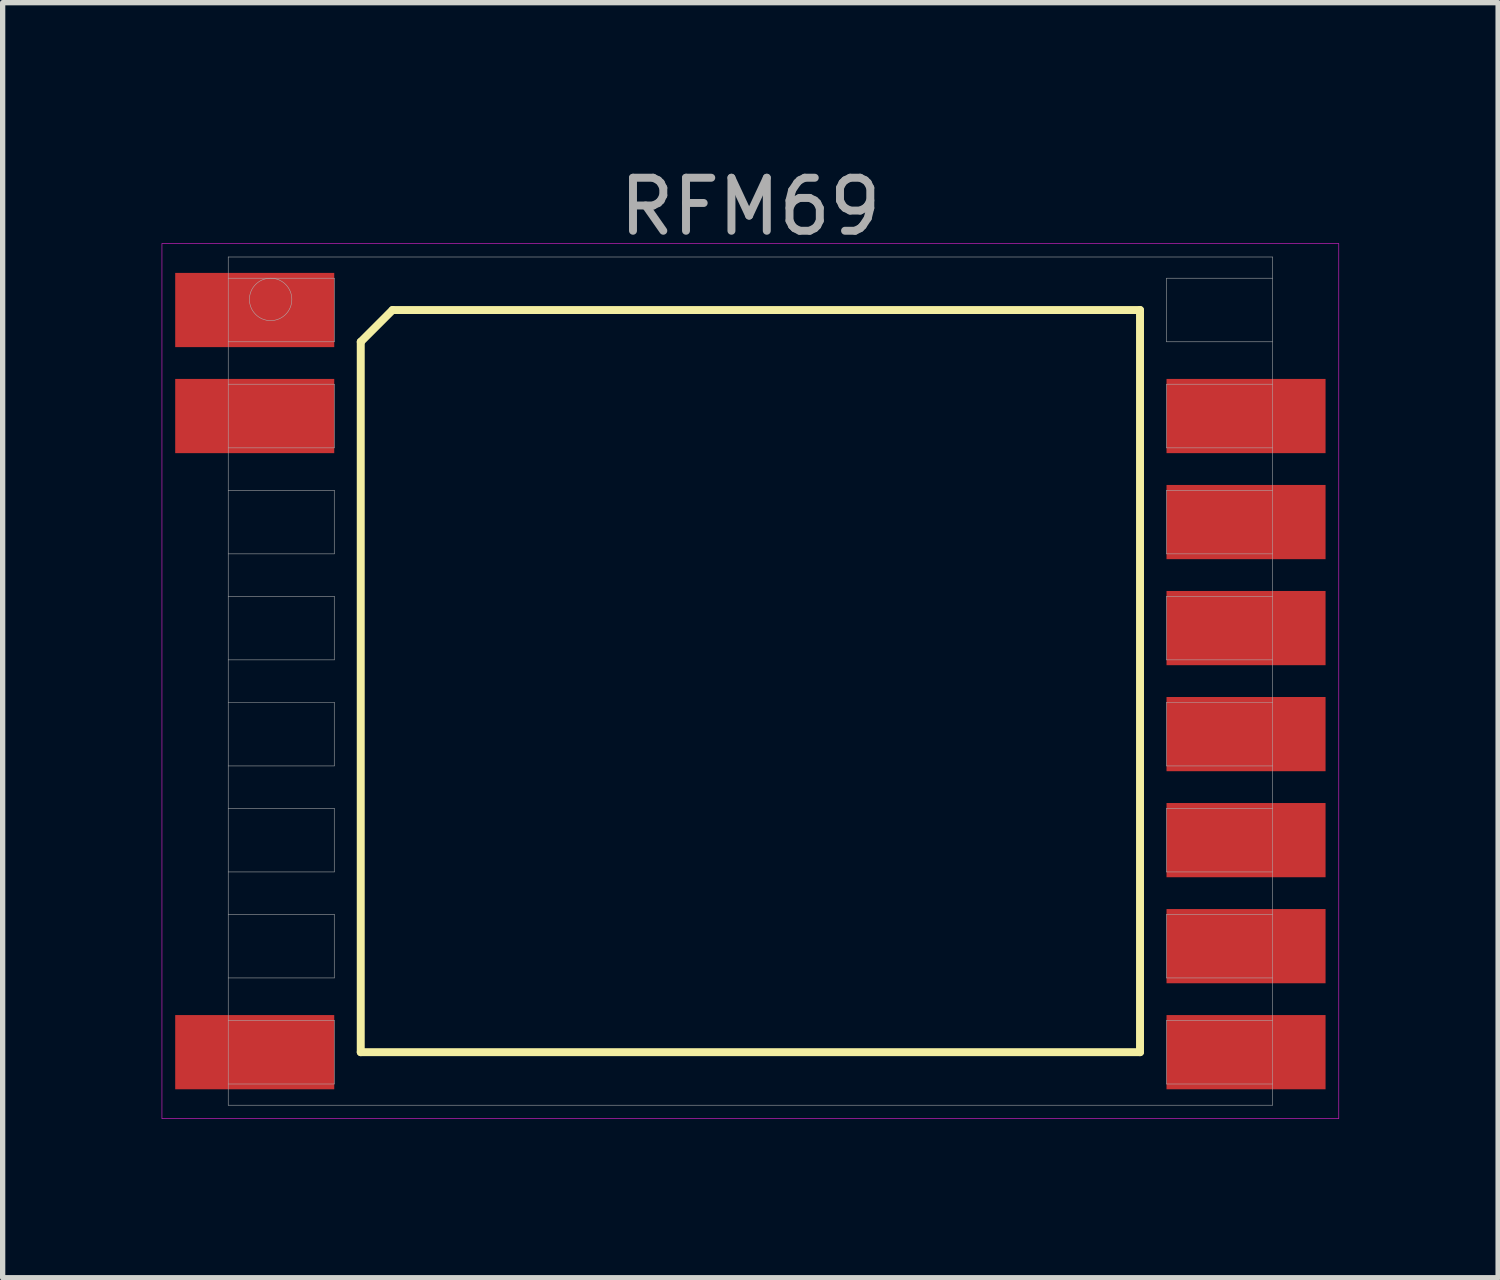
<source format=kicad_pcb>
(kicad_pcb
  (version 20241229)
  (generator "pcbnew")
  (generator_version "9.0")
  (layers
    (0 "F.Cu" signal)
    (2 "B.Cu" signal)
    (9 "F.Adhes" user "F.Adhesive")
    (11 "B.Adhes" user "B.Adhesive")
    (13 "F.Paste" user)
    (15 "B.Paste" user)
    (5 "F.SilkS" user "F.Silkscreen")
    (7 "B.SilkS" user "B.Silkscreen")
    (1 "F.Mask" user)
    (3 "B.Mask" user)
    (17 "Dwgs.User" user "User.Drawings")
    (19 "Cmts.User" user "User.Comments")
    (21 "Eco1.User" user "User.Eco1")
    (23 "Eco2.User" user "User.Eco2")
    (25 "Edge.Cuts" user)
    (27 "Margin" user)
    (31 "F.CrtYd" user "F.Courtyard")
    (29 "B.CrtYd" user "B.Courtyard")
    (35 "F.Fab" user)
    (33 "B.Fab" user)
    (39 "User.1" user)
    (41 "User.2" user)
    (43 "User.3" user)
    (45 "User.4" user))
  (footprint "RFM69"
    (layer "F.Cu")
    (at 11.105 9.798)
    (property "Reference" "RFM69" (at 0 -8.95 0) (layer "F.Fab") (effects (font (size 1 1) (thickness 0.15))))
    (attr through_hole)
    (fp_line (start -7.35 -6.4) (end -6.75 -7) (stroke (width 0.15) (type solid)) (layer "F.SilkS"))
    (fp_line (start -7.35 7) (end -7.35 -6.4) (stroke (width 0.15) (type solid)) (layer "F.SilkS"))
    (fp_line (start -6.75 -7) (end 7.35 -7) (stroke (width 0.15) (type solid)) (layer "F.SilkS"))
    (fp_line (start 7.35 -7) (end 7.35 7) (stroke (width 0.15) (type solid)) (layer "F.SilkS"))
    (fp_line (start 7.35 7) (end -7.35 7) (stroke (width 0.15) (type solid)) (layer "F.SilkS"))
    (fp_line (start -11.1 -8.25) (end 11.1 -8.25) (stroke (width 0.01) (type solid)) (layer "F.CrtYd"))
    (fp_line (start -11.1 8.25) (end -11.1 -8.25) (stroke (width 0.01) (type solid)) (layer "F.CrtYd"))
    (fp_line (start 11.1 -8.25) (end 11.1 8.25) (stroke (width 0.01) (type solid)) (layer "F.CrtYd"))
    (fp_line (start 11.1 8.25) (end -11.1 8.25) (stroke (width 0.01) (type solid)) (layer "F.CrtYd"))
    (fp_line (start -9.85 -8) (end 9.85 -8) (stroke (width 0.01) (type solid)) (layer "F.Fab"))
    (fp_line (start -9.85 -6.4) (end -7.85 -6.4) (stroke (width 0.01) (type solid)) (layer "F.Fab"))
    (fp_line (start -9.85 -4.4) (end -7.85 -4.4) (stroke (width 0.01) (type solid)) (layer "F.Fab"))
    (fp_line (start -9.85 -2.4) (end -7.85 -2.4) (stroke (width 0.01) (type solid)) (layer "F.Fab"))
    (fp_line (start -9.85 -0.4) (end -7.85 -0.4) (stroke (width 0.01) (type solid)) (layer "F.Fab"))
    (fp_line (start -9.85 1.6) (end -7.85 1.6) (stroke (width 0.01) (type solid)) (layer "F.Fab"))
    (fp_line (start -9.85 3.6) (end -7.85 3.6) (stroke (width 0.01) (type solid)) (layer "F.Fab"))
    (fp_line (start -9.85 5.6) (end -7.85 5.6) (stroke (width 0.01) (type solid)) (layer "F.Fab"))
    (fp_line (start -9.85 7.6) (end -7.85 7.6) (stroke (width 0.01) (type solid)) (layer "F.Fab"))
    (fp_line (start -9.85 8) (end -9.85 -8) (stroke (width 0.01) (type solid)) (layer "F.Fab"))
    (fp_line (start -7.85 -7.6) (end -9.85 -7.6) (stroke (width 0.01) (type solid)) (layer "F.Fab"))
    (fp_line (start -7.85 -6.4) (end -7.85 -7.6) (stroke (width 0.01) (type solid)) (layer "F.Fab"))
    (fp_line (start -7.85 -5.6) (end -9.85 -5.6) (stroke (width 0.01) (type solid)) (layer "F.Fab"))
    (fp_line (start -7.85 -4.4) (end -7.85 -5.6) (stroke (width 0.01) (type solid)) (layer "F.Fab"))
    (fp_line (start -7.85 -3.6) (end -9.85 -3.6) (stroke (width 0.01) (type solid)) (layer "F.Fab"))
    (fp_line (start -7.85 -2.4) (end -7.85 -3.6) (stroke (width 0.01) (type solid)) (layer "F.Fab"))
    (fp_line (start -7.85 -1.6) (end -9.85 -1.6) (stroke (width 0.01) (type solid)) (layer "F.Fab"))
    (fp_line (start -7.85 -0.4) (end -7.85 -1.6) (stroke (width 0.01) (type solid)) (layer "F.Fab"))
    (fp_line (start -7.85 0.4) (end -9.85 0.4) (stroke (width 0.01) (type solid)) (layer "F.Fab"))
    (fp_line (start -7.85 1.6) (end -7.85 0.4) (stroke (width 0.01) (type solid)) (layer "F.Fab"))
    (fp_line (start -7.85 2.4) (end -9.85 2.4) (stroke (width 0.01) (type solid)) (layer "F.Fab"))
    (fp_line (start -7.85 3.6) (end -7.85 2.4) (stroke (width 0.01) (type solid)) (layer "F.Fab"))
    (fp_line (start -7.85 4.4) (end -9.85 4.4) (stroke (width 0.01) (type solid)) (layer "F.Fab"))
    (fp_line (start -7.85 5.6) (end -7.85 4.4) (stroke (width 0.01) (type solid)) (layer "F.Fab"))
    (fp_line (start -7.85 6.4) (end -9.85 6.4) (stroke (width 0.01) (type solid)) (layer "F.Fab"))
    (fp_line (start -7.85 7.6) (end -7.85 6.4) (stroke (width 0.01) (type solid)) (layer "F.Fab"))
    (fp_line (start 7.85 -7.6) (end 7.85 -6.4) (stroke (width 0.01) (type solid)) (layer "F.Fab"))
    (fp_line (start 7.85 -6.4) (end 9.85 -6.4) (stroke (width 0.01) (type solid)) (layer "F.Fab"))
    (fp_line (start 7.85 -5.6) (end 7.85 -4.4) (stroke (width 0.01) (type solid)) (layer "F.Fab"))
    (fp_line (start 7.85 -4.4) (end 9.85 -4.4) (stroke (width 0.01) (type solid)) (layer "F.Fab"))
    (fp_line (start 7.85 -3.6) (end 7.85 -2.4) (stroke (width 0.01) (type solid)) (layer "F.Fab"))
    (fp_line (start 7.85 -2.4) (end 9.85 -2.4) (stroke (width 0.01) (type solid)) (layer "F.Fab"))
    (fp_line (start 7.85 -1.6) (end 7.85 -0.4) (stroke (width 0.01) (type solid)) (layer "F.Fab"))
    (fp_line (start 7.85 -0.4) (end 9.85 -0.4) (stroke (width 0.01) (type solid)) (layer "F.Fab"))
    (fp_line (start 7.85 0.4) (end 7.85 1.6) (stroke (width 0.01) (type solid)) (layer "F.Fab"))
    (fp_line (start 7.85 1.6) (end 9.85 1.6) (stroke (width 0.01) (type solid)) (layer "F.Fab"))
    (fp_line (start 7.85 2.4) (end 7.85 3.6) (stroke (width 0.01) (type solid)) (layer "F.Fab"))
    (fp_line (start 7.85 3.6) (end 9.85 3.6) (stroke (width 0.01) (type solid)) (layer "F.Fab"))
    (fp_line (start 7.85 4.4) (end 7.85 5.6) (stroke (width 0.01) (type solid)) (layer "F.Fab"))
    (fp_line (start 7.85 5.6) (end 9.85 5.6) (stroke (width 0.01) (type solid)) (layer "F.Fab"))
    (fp_line (start 7.85 6.4) (end 7.85 7.6) (stroke (width 0.01) (type solid)) (layer "F.Fab"))
    (fp_line (start 7.85 7.6) (end 9.85 7.6) (stroke (width 0.01) (type solid)) (layer "F.Fab"))
    (fp_line (start 9.85 -8) (end 9.85 8) (stroke (width 0.01) (type solid)) (layer "F.Fab"))
    (fp_line (start 9.85 -7.6) (end 7.85 -7.6) (stroke (width 0.01) (type solid)) (layer "F.Fab"))
    (fp_line (start 9.85 -5.6) (end 7.85 -5.6) (stroke (width 0.01) (type solid)) (layer "F.Fab"))
    (fp_line (start 9.85 -3.6) (end 7.85 -3.6) (stroke (width 0.01) (type solid)) (layer "F.Fab"))
    (fp_line (start 9.85 -1.6) (end 7.85 -1.6) (stroke (width 0.01) (type solid)) (layer "F.Fab"))
    (fp_line (start 9.85 0.4) (end 7.85 0.4) (stroke (width 0.01) (type solid)) (layer "F.Fab"))
    (fp_line (start 9.85 2.4) (end 7.85 2.4) (stroke (width 0.01) (type solid)) (layer "F.Fab"))
    (fp_line (start 9.85 4.4) (end 7.85 4.4) (stroke (width 0.01) (type solid)) (layer "F.Fab"))
    (fp_line (start 9.85 6.4) (end 7.85 6.4) (stroke (width 0.01) (type solid)) (layer "F.Fab"))
    (fp_line (start 9.85 8) (end -9.85 8) (stroke (width 0.01) (type solid)) (layer "F.Fab"))
    (fp_circle (center -9.05 -7.2) (end -9.05 -6.8) (stroke (width 0.01) (type solid)) (fill no) (layer "F.Fab"))
    (pad "1" smd rect (at -9.35 -7) (size 3 1.4) (layers "F.Cu" "F.Mask" "F.Paste"))
    (pad "2" smd rect (at -9.35 -5) (size 3 1.4) (layers "F.Cu" "F.Mask" "F.Paste"))
    (pad "8" smd rect (at -9.35 7) (size 3 1.4) (layers "F.Cu" "F.Mask" "F.Paste"))
    (pad "9" smd rect (at 9.35 7) (size 3 1.4) (layers "F.Cu" "F.Mask" "F.Paste"))
    (pad "10" smd rect (at 9.35 5) (size 3 1.4) (layers "F.Cu" "F.Mask" "F.Paste"))
    (pad "11" smd rect (at 9.35 3) (size 3 1.4) (layers "F.Cu" "F.Mask" "F.Paste"))
    (pad "12" smd rect (at 9.35 1) (size 3 1.4) (layers "F.Cu" "F.Mask" "F.Paste"))
    (pad "13" smd rect (at 9.35 -1) (size 3 1.4) (layers "F.Cu" "F.Mask" "F.Paste"))
    (pad "14" smd rect (at 9.35 -3) (size 3 1.4) (layers "F.Cu" "F.Mask" "F.Paste"))
    (pad "15" smd rect (at 9.35 -5) (size 3 1.4) (layers "F.Cu" "F.Mask" "F.Paste")))
  (gr_rect
    (start -3 -3)
    (end 25.21 21.053)
    (stroke (width 0.1) (type default))
    (fill no)
    (layer "Edge.Cuts")))
</source>
